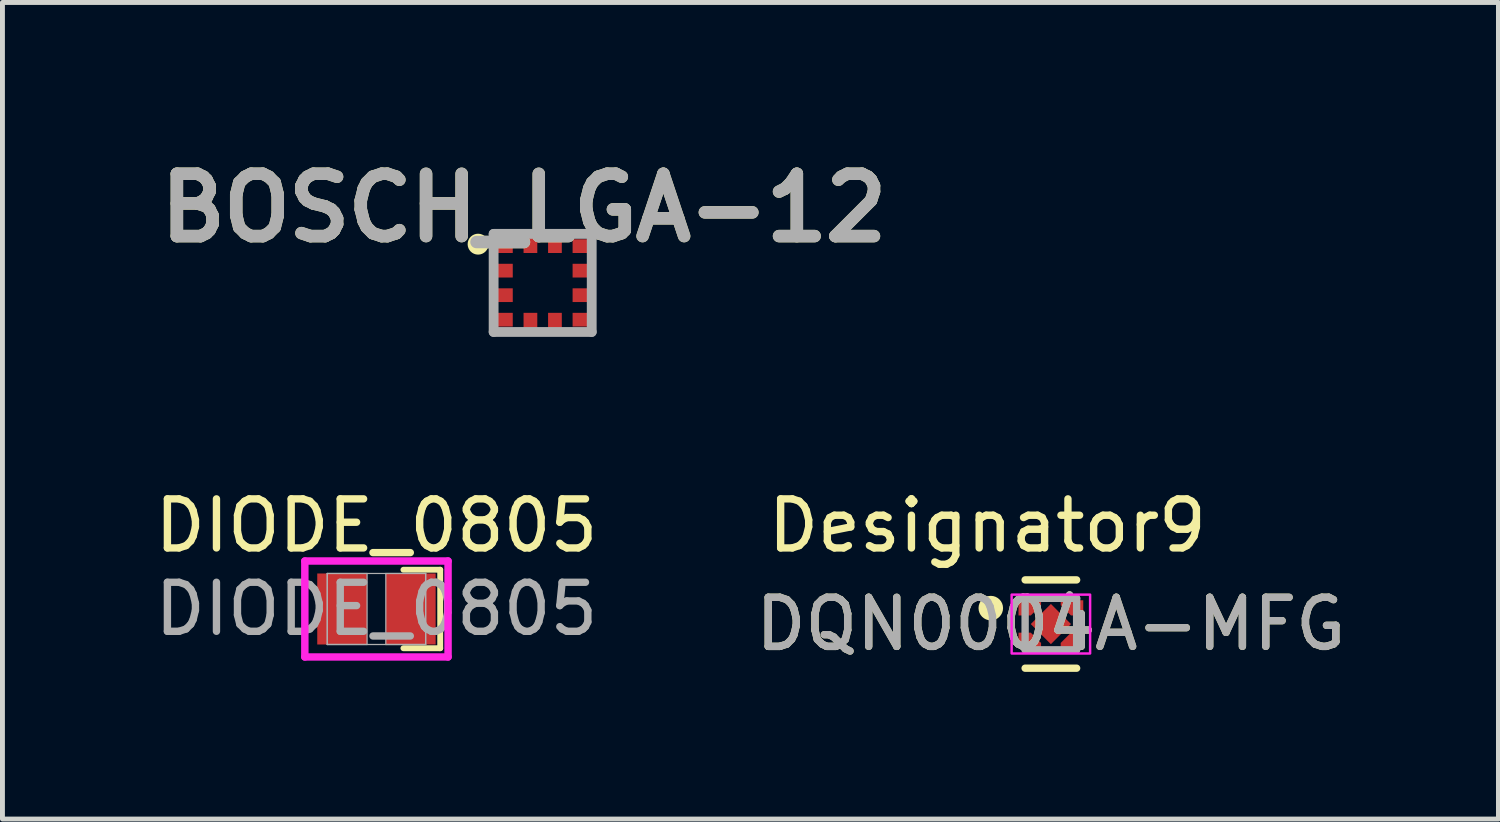
<source format=kicad_pcb>
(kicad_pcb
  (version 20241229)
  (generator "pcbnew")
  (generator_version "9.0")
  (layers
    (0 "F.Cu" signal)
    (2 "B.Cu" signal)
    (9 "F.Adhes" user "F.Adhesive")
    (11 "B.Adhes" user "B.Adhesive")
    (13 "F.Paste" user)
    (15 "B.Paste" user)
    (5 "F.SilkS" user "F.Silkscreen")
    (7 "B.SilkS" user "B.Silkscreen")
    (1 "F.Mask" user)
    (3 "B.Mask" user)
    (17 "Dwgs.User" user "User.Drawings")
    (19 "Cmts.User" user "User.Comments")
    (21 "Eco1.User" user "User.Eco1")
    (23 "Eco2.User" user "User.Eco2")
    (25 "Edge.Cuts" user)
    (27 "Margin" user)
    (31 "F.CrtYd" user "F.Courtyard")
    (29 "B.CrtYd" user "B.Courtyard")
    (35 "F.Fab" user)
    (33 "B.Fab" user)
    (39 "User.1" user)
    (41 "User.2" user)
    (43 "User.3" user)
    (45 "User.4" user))
  (footprint "BOSCH_LGA-12"
    (layer "F.Cu")
    (at 8.014 2.718)
    (property "Reference" "BOSCH_LGA-12" (at -0.382 -1.529 0) (layer "F.SilkS") (effects (font (size 1.27 1.27) (thickness 0.254))))
    (attr smd)
    (fp_circle (center -1.317 -0.79) (end -1.317 -0.777) (stroke (width 0.2) (type solid)) (fill no) (layer "F.SilkS"))
    (fp_line (start -1 -1) (end 1 -1) (stroke (width 0.2) (type solid)) (layer "F.Fab"))
    (fp_line (start -1 1) (end -1 -1) (stroke (width 0.2) (type solid)) (layer "F.Fab"))
    (fp_line (start 1 -1) (end 1 1) (stroke (width 0.2) (type solid)) (layer "F.Fab"))
    (fp_line (start 1 1) (end -1 1) (stroke (width 0.2) (type solid)) (layer "F.Fab"))
    (fp_text user "${REFERENCE}" (at -0.382 -1.529 0) (layer "F.Fab") (effects (font (size 1.27 1.27) (thickness 0.254))))
    (pad "1" smd rect (at -0.815 -0.75 90) (size 0.28 0.41) (layers "F.Cu" "F.Mask" "F.Paste"))
    (pad "2" smd rect (at -0.815 -0.25 90) (size 0.28 0.41) (layers "F.Cu" "F.Mask" "F.Paste"))
    (pad "3" smd rect (at -0.815 0.25 90) (size 0.28 0.41) (layers "F.Cu" "F.Mask" "F.Paste"))
    (pad "4" smd rect (at -0.815 0.75 90) (size 0.28 0.41) (layers "F.Cu" "F.Mask" "F.Paste"))
    (pad "5" smd rect (at -0.25 0.815) (size 0.28 0.41) (layers "F.Cu" "F.Mask" "F.Paste"))
    (pad "6" smd rect (at 0.25 0.815) (size 0.28 0.41) (layers "F.Cu" "F.Mask" "F.Paste"))
    (pad "7" smd rect (at 0.815 0.75 90) (size 0.28 0.41) (layers "F.Cu" "F.Mask" "F.Paste"))
    (pad "8" smd rect (at 0.815 0.25 90) (size 0.28 0.41) (layers "F.Cu" "F.Mask" "F.Paste"))
    (pad "9" smd rect (at 0.815 -0.25 90) (size 0.28 0.41) (layers "F.Cu" "F.Mask" "F.Paste"))
    (pad "10" smd rect (at 0.815 -0.75 90) (size 0.28 0.41) (layers "F.Cu" "F.Mask" "F.Paste"))
    (pad "11" smd rect (at 0.25 -0.815) (size 0.28 0.41) (layers "F.Cu" "F.Mask" "F.Paste"))
    (pad "12" smd rect (at -0.25 -0.815) (size 0.28 0.41) (layers "F.Cu" "F.Mask" "F.Paste")))
  (footprint "DIODE_0805"
    (layer "F.Cu")
    (at 4.625 9.366)
    (property "Reference" "DIODE_0805" (at 0 -1.7 0) (unlocked yes) (layer "F.SilkS") (effects (font (size 1 1) (thickness 0.15))))
    (attr smd)
    (fp_line (start 1.3 -0.8) (end 0.55 -0.8) (stroke (width 0.12) (type default)) (layer "F.SilkS"))
    (fp_line (start 1.3 -0.8) (end 1.3 0.8) (stroke (width 0.12) (type default)) (layer "F.SilkS"))
    (fp_line (start 1.3 0.8) (end 0.55 0.8) (stroke (width 0.12) (type default)) (layer "F.SilkS"))
    (fp_line (start -1.46 -0.978) (end 1.46 -0.978) (stroke (width 0.152) (type solid)) (layer "F.CrtYd"))
    (fp_line (start -1.46 0.978) (end -1.46 -0.978) (stroke (width 0.152) (type solid)) (layer "F.CrtYd"))
    (fp_line (start 1.46 -0.978) (end 1.46 0.978) (stroke (width 0.152) (type solid)) (layer "F.CrtYd"))
    (fp_line (start 1.46 0.978) (end -1.46 0.978) (stroke (width 0.152) (type solid)) (layer "F.CrtYd"))
    (fp_line (start -1.003 -0.724) (end -1.003 0.724) (stroke (width 0.025) (type solid)) (layer "F.Fab"))
    (fp_line (start -1.003 -0.724) (end -1.003 0.724) (stroke (width 0.025) (type solid)) (layer "F.Fab"))
    (fp_line (start -1.003 0.724) (end -0.191 0.724) (stroke (width 0.025) (type solid)) (layer "F.Fab"))
    (fp_line (start -1.003 0.724) (end 1.003 0.724) (stroke (width 0.025) (type solid)) (layer "F.Fab"))
    (fp_line (start -0.191 -0.724) (end -1.003 -0.724) (stroke (width 0.025) (type solid)) (layer "F.Fab"))
    (fp_line (start -0.191 0.724) (end -0.191 -0.724) (stroke (width 0.025) (type solid)) (layer "F.Fab"))
    (fp_line (start 0.191 -0.724) (end 0.191 0.724) (stroke (width 0.025) (type solid)) (layer "F.Fab"))
    (fp_line (start 0.191 0.724) (end 1.003 0.724) (stroke (width 0.025) (type solid)) (layer "F.Fab"))
    (fp_line (start 1.003 -0.724) (end -1.003 -0.724) (stroke (width 0.025) (type solid)) (layer "F.Fab"))
    (fp_line (start 1.003 -0.724) (end 0.191 -0.724) (stroke (width 0.025) (type solid)) (layer "F.Fab"))
    (fp_line (start 1.003 0.724) (end 1.003 -0.724) (stroke (width 0.025) (type solid)) (layer "F.Fab"))
    (fp_line (start 1.003 0.724) (end 1.003 -0.724) (stroke (width 0.025) (type solid)) (layer "F.Fab"))
    (fp_text user "${REFERENCE}" (at 0 0 0) (unlocked yes) (layer "F.Fab") (effects (font (size 1 1) (thickness 0.15))))
    (pad "1" smd rect (at -0.699 0) (size 1.016 1.448) (layers "F.Cu" "F.Mask" "F.Paste"))
    (pad "2" smd rect (at 0.699 0) (size 1.016 1.448) (layers "F.Cu" "F.Mask" "F.Paste"))
    (zone (net_name "") (layer "F.Cu") (hatch full 0.508) (connect_pads) (min_thickness 0.254) (filled_areas_thickness no) (keepout (tracks not_allowed) (vias not_allowed) (pads allowed) (copperpour not_allowed) (footprints allowed)) (placement (enabled no)) (fill) (polygon (pts (xy 4.485 8.693) (xy 4.765 8.693) (xy 4.765 10.039) (xy 4.485 10.039)))))
  (footprint "DQN0004A-MFG"
    (layer "F.Cu")
    (at 18.375 9.673)
    (property "Reference" "DQN0004A-MFG" (at 0 0 0) (unlocked yes) (layer "F.SilkS") (effects (font (size 1 1) (thickness 0.15))))
    (attr smd)
    (fp_poly (pts (xy -0.61 -0.435) (xy -0.25 -0.435) (xy -0.25 -0.405) (xy -0.43 -0.225) (xy -0.61 -0.225)) (stroke (width 0) (type solid)) (fill yes) (layer "F.Mask"))
    (fp_poly (pts (xy -0.61 0.435) (xy -0.25 0.435) (xy -0.25 0.405) (xy -0.43 0.225) (xy -0.61 0.225)) (stroke (width 0) (type solid)) (fill yes) (layer "F.Mask"))
    (fp_poly (pts (xy 0.61 -0.435) (xy 0.25 -0.435) (xy 0.25 -0.405) (xy 0.43 -0.225) (xy 0.61 -0.225)) (stroke (width 0) (type solid)) (fill yes) (layer "F.Mask"))
    (fp_poly (pts (xy 0.61 0.435) (xy 0.25 0.435) (xy 0.25 0.405) (xy 0.43 0.225) (xy 0.61 0.225)) (stroke (width 0) (type solid)) (fill yes) (layer "F.Mask"))
    (fp_poly (pts (xy -0.304 -0.035) (xy -0.035 -0.304) (xy 0.035 -0.304) (xy 0.304 -0.035) (xy 0.304 0.035) (xy 0.035 0.304) (xy -0.035 0.304) (xy -0.304 0.035)) (stroke (width 0) (type solid)) (fill yes) (layer "F.Mask"))
    (fp_line (start -0.525 -0.9) (end 0.525 -0.9) (stroke (width 0.15) (type solid)) (layer "F.SilkS"))
    (fp_line (start -0.525 0.9) (end 0.525 0.9) (stroke (width 0.15) (type solid)) (layer "F.SilkS"))
    (fp_circle (center -1.225 -0.325) (end -1.1 -0.325) (stroke (width 0.25) (type solid)) (fill no) (layer "F.SilkS"))
    (fp_poly (pts (xy -0.65 -0.435) (xy -0.25 -0.435) (xy -0.25 -0.405) (xy -0.43 -0.225) (xy -0.65 -0.225)) (stroke (width 0) (type solid)) (fill yes) (layer "F.Paste"))
    (fp_poly (pts (xy -0.65 0.435) (xy -0.25 0.435) (xy -0.25 0.405) (xy -0.43 0.225) (xy -0.65 0.225)) (stroke (width 0) (type solid)) (fill yes) (layer "F.Paste"))
    (fp_poly (pts (xy 0.65 -0.435) (xy 0.25 -0.435) (xy 0.25 -0.405) (xy 0.43 -0.225) (xy 0.65 -0.225)) (stroke (width 0) (type solid)) (fill yes) (layer "F.Paste"))
    (fp_poly (pts (xy 0.65 0.435) (xy 0.25 0.435) (xy 0.25 0.405) (xy 0.43 0.225) (xy 0.65 0.225)) (stroke (width 0) (type solid)) (fill yes) (layer "F.Paste"))
    (fp_poly (pts (xy 0.283 0.035) (xy 0.035 0.283) (xy -0.035 0.283) (xy -0.283 0.035) (xy -0.283 -0.035) (xy -0.035 -0.283) (xy 0.035 -0.283) (xy 0.283 -0.035)) (stroke (width 0) (type solid)) (fill yes) (layer "F.Paste"))
    (fp_rect (start -0.8 -0.6) (end 0.8 0.6) (stroke (width 0.05) (type default)) (fill no) (layer "F.CrtYd"))
    (fp_line (start -0.525 -0.525) (end 0.525 -0.525) (stroke (width 0.15) (type solid)) (layer "F.Fab"))
    (fp_line (start -0.525 0.525) (end -0.525 -0.525) (stroke (width 0.15) (type solid)) (layer "F.Fab"))
    (fp_line (start -0.525 0.525) (end 0.525 0.525) (stroke (width 0.15) (type solid)) (layer "F.Fab"))
    (fp_line (start 0.525 0.525) (end 0.525 -0.525) (stroke (width 0.15) (type solid)) (layer "F.Fab"))
    (fp_text user "Designator9" (at -1.295 -2.007 0) (unlocked yes) (layer "F.SilkS") (effects (font (size 1 1) (thickness 0.15))))
    (fp_text user "${REFERENCE}" (at 0 0 0) (unlocked yes) (layer "F.Fab") (effects (font (size 1 1) (thickness 0.15))))
    (pad "1" smd custom (at -0.505 -0.33) (size 0.279 0.279) (layers "F.Cu") (options (anchor circle)) (primitives (gr_poly (pts (xy -0.155 -0.155) (xy 0.305 -0.155) (xy 0.305 -0.055) (xy 0.095 0.155) (xy -0.155 0.155)) (width 0) (fill yes))))
    (pad "2" smd custom (at -0.505 0.33) (size 0.279 0.279) (layers "F.Cu") (options (anchor circle)) (primitives (gr_poly (pts (xy -0.155 0.155) (xy 0.305 0.155) (xy 0.305 0.055) (xy 0.095 -0.155) (xy -0.155 -0.155)) (width 0) (fill yes))))
    (pad "3" smd custom (at 0.459 0.346) (size 0.251 0.251) (layers "F.Cu") (options (anchor circle)) (primitives (gr_poly (pts (xy 0.201 0.139) (xy -0.259 0.139) (xy -0.259 0.039) (xy -0.049 -0.171) (xy 0.201 -0.171)) (width 0) (fill yes))))
    (pad "4" smd custom (at 0.459 -0.346) (size 0.251 0.251) (layers "F.Cu") (options (anchor circle)) (primitives (gr_poly (pts (xy 0.201 -0.139) (xy -0.259 -0.139) (xy -0.259 -0.039) (xy -0.049 0.171) (xy 0.201 0.171)) (width 0) (fill yes))))
    (pad "5" smd rect (at 0 0 315) (size 0.58 0.58) (layers "F.Cu")))
  (gr_rect
    (start -3 -3)
    (end 27.5 13.648)
    (stroke (width 0.1) (type default))
    (fill no)
    (layer "Edge.Cuts")))
</source>
